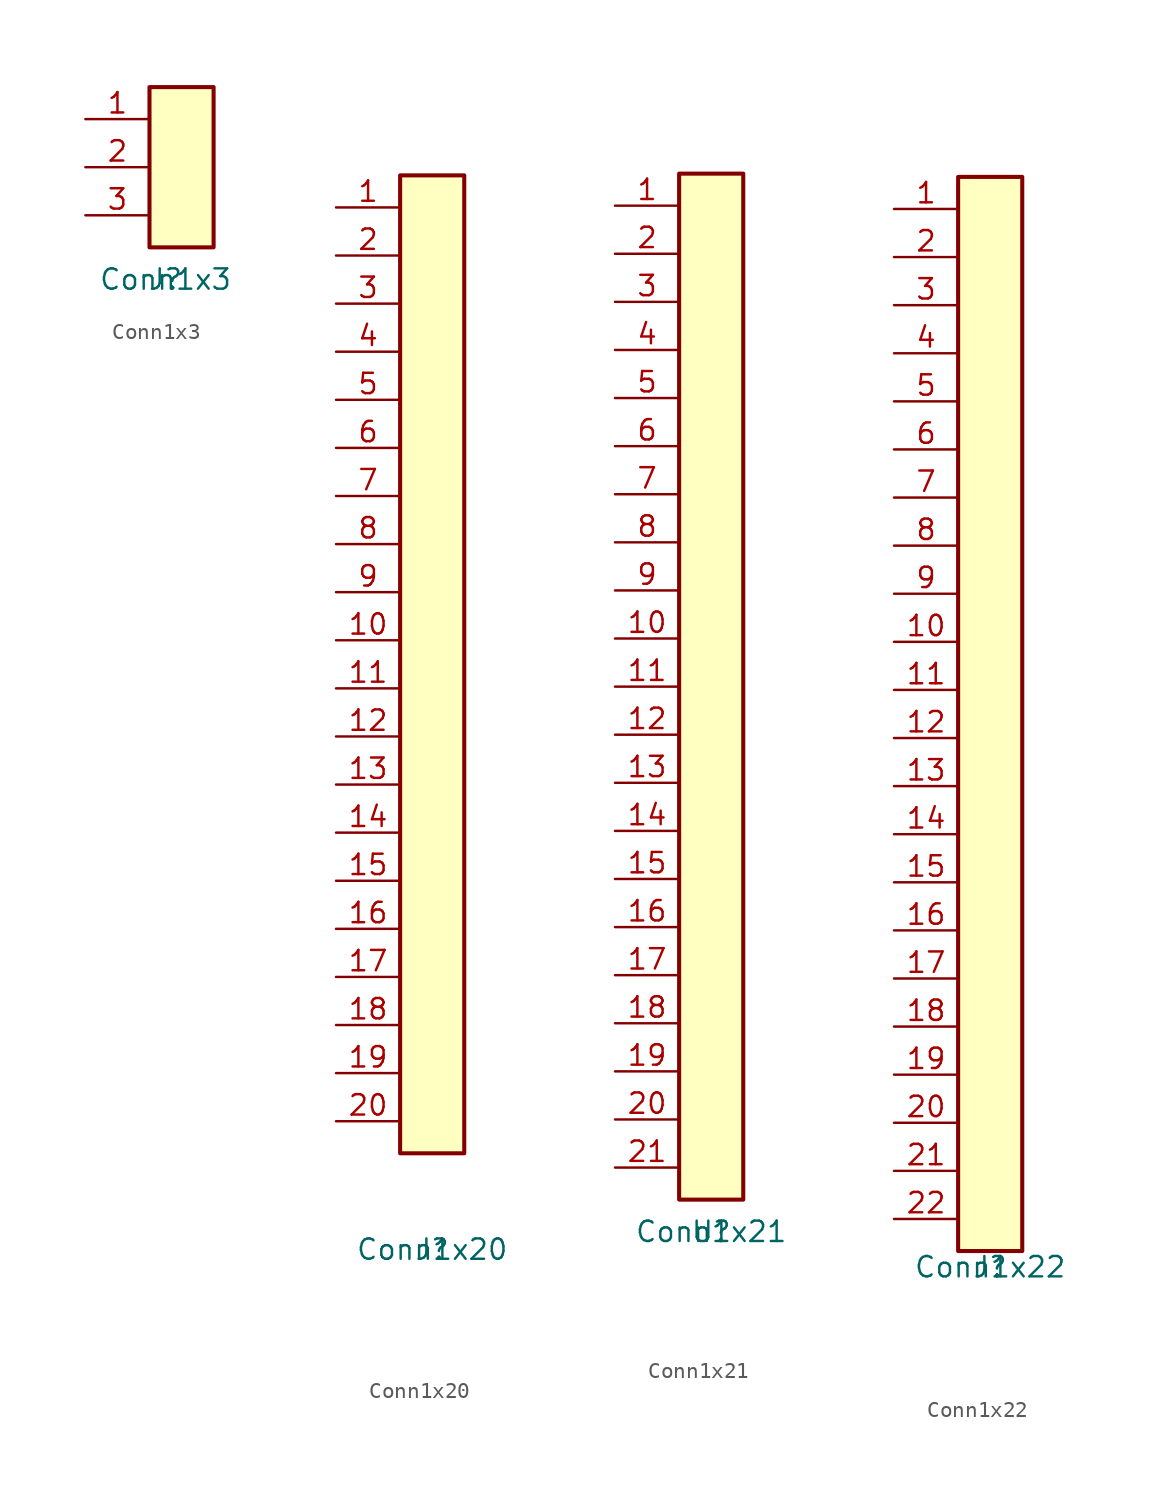
<source format=kicad_sym>
(kicad_symbol_lib
  (version 20211014)
  (generator kicad_symbol_editor)
  (symbol "Conn1x3"
    (pin_names hide)
    (property "Reference" "J"
      (at 0 0 0)
      (effects (font (size 1.27 1.27))))
    (property "Value" "Conn1x3"
      (at 0 0 0)
      (effects (font (size 1.27 1.27))))
    (symbol "Conn1x3_1_1"
      (rectangle (start -1 12) (end 3 2) (stroke (width 0.254) (type default) (color 0 0 0 0)) (fill (type background)))
      (pin passive line (at -5 10 0) (length 4) (name "Pin_1" (effects (font (size 1.27 1.27)))) (number "1" (effects (font (size 1.27 1.27)))))
      (pin passive line (at -5 7 0) (length 4) (name "Pin_2" (effects (font (size 1.27 1.27)))) (number "2" (effects (font (size 1.27 1.27)))))
      (pin passive line (at -5 4 0) (length 4) (name "Pin_3" (effects (font (size 1.27 1.27)))) (number "3" (effects (font (size 1.27 1.27)))))))
  (symbol "Conn1x20"
    (pin_names hide)
    (property "Reference" "J"
      (at 0 0 0)
      (effects (font (size 1.27 1.27))))
    (property "Value" "Conn1x20"
      (at 0 0 0)
      (effects (font (size 1.27 1.27))))
    (symbol "Conn1x20_1_1"
      (rectangle (start -2 67) (end 2 6) (stroke (width 0.254) (type default) (color 0 0 0 0)) (fill (type background)))
      (pin passive line (at -6 65 0) (length 4) (name "Pin_1" (effects (font (size 1.27 1.27)))) (number "1" (effects (font (size 1.27 1.27)))))
      (pin passive line (at -6 38 0) (length 4) (name "Pin_10" (effects (font (size 1.27 1.27)))) (number "10" (effects (font (size 1.27 1.27)))))
      (pin passive line (at -6 35 0) (length 4) (name "Pin_11" (effects (font (size 1.27 1.27)))) (number "11" (effects (font (size 1.27 1.27)))))
      (pin passive line (at -6 32 0) (length 4) (name "Pin_12" (effects (font (size 1.27 1.27)))) (number "12" (effects (font (size 1.27 1.27)))))
      (pin passive line (at -6 29 0) (length 4) (name "Pin_13" (effects (font (size 1.27 1.27)))) (number "13" (effects (font (size 1.27 1.27)))))
      (pin passive line (at -6 26 0) (length 4) (name "Pin_14" (effects (font (size 1.27 1.27)))) (number "14" (effects (font (size 1.27 1.27)))))
      (pin passive line (at -6 23 0) (length 4) (name "Pin_15" (effects (font (size 1.27 1.27)))) (number "15" (effects (font (size 1.27 1.27)))))
      (pin passive line (at -6 20 0) (length 4) (name "Pin_16" (effects (font (size 1.27 1.27)))) (number "16" (effects (font (size 1.27 1.27)))))
      (pin passive line (at -6 17 0) (length 4) (name "Pin_17" (effects (font (size 1.27 1.27)))) (number "17" (effects (font (size 1.27 1.27)))))
      (pin passive line (at -6 14 0) (length 4) (name "Pin_18" (effects (font (size 1.27 1.27)))) (number "18" (effects (font (size 1.27 1.27)))))
      (pin passive line (at -6 11 0) (length 4) (name "Pin_19" (effects (font (size 1.27 1.27)))) (number "19" (effects (font (size 1.27 1.27)))))
      (pin passive line (at -6 62 0) (length 4) (name "Pin_2" (effects (font (size 1.27 1.27)))) (number "2" (effects (font (size 1.27 1.27)))))
      (pin passive line (at -6 8 0) (length 4) (name "Pin_20" (effects (font (size 1.27 1.27)))) (number "20" (effects (font (size 1.27 1.27)))))
      (pin passive line (at -6 59 0) (length 4) (name "Pin_3" (effects (font (size 1.27 1.27)))) (number "3" (effects (font (size 1.27 1.27)))))
      (pin passive line (at -6 56 0) (length 4) (name "Pin_4" (effects (font (size 1.27 1.27)))) (number "4" (effects (font (size 1.27 1.27)))))
      (pin passive line (at -6 53 0) (length 4) (name "Pin_5" (effects (font (size 1.27 1.27)))) (number "5" (effects (font (size 1.27 1.27)))))
      (pin passive line (at -6 50 0) (length 4) (name "Pin_6" (effects (font (size 1.27 1.27)))) (number "6" (effects (font (size 1.27 1.27)))))
      (pin passive line (at -6 47 0) (length 4) (name "Pin_7" (effects (font (size 1.27 1.27)))) (number "7" (effects (font (size 1.27 1.27)))))
      (pin passive line (at -6 44 0) (length 4) (name "Pin_8" (effects (font (size 1.27 1.27)))) (number "8" (effects (font (size 1.27 1.27)))))
      (pin passive line (at -6 41 0) (length 4) (name "Pin_9" (effects (font (size 1.27 1.27)))) (number "9" (effects (font (size 1.27 1.27)))))))
  (symbol "Conn1x21"
    (pin_names hide)
    (property "Reference" "U"
      (at 0 0 0)
      (effects (font (size 1.27 1.27))))
    (property "Value" "Conn1x21"
      (at 0 0 0)
      (effects (font (size 1.27 1.27))))
    (symbol "Conn1x21_1_1"
      (rectangle (start -2 66) (end 2 2) (stroke (width 0.254) (type default) (color 0 0 0 0)) (fill (type background)))
      (pin passive line (at -6 64 0) (length 4) (name "Pin_1" (effects (font (size 1.27 1.27)))) (number "1" (effects (font (size 1.27 1.27)))))
      (pin passive line (at -6 37 0) (length 4) (name "Pin_10" (effects (font (size 1.27 1.27)))) (number "10" (effects (font (size 1.27 1.27)))))
      (pin passive line (at -6 34 0) (length 4) (name "Pin_11" (effects (font (size 1.27 1.27)))) (number "11" (effects (font (size 1.27 1.27)))))
      (pin passive line (at -6 31 0) (length 4) (name "Pin_12" (effects (font (size 1.27 1.27)))) (number "12" (effects (font (size 1.27 1.27)))))
      (pin passive line (at -6 28 0) (length 4) (name "Pin_13" (effects (font (size 1.27 1.27)))) (number "13" (effects (font (size 1.27 1.27)))))
      (pin passive line (at -6 25 0) (length 4) (name "Pin_14" (effects (font (size 1.27 1.27)))) (number "14" (effects (font (size 1.27 1.27)))))
      (pin passive line (at -6 22 0) (length 4) (name "Pin_15" (effects (font (size 1.27 1.27)))) (number "15" (effects (font (size 1.27 1.27)))))
      (pin passive line (at -6 19 0) (length 4) (name "Pin_16" (effects (font (size 1.27 1.27)))) (number "16" (effects (font (size 1.27 1.27)))))
      (pin passive line (at -6 16 0) (length 4) (name "Pin_17" (effects (font (size 1.27 1.27)))) (number "17" (effects (font (size 1.27 1.27)))))
      (pin passive line (at -6 13 0) (length 4) (name "Pin_18" (effects (font (size 1.27 1.27)))) (number "18" (effects (font (size 1.27 1.27)))))
      (pin passive line (at -6 10 0) (length 4) (name "Pin_19" (effects (font (size 1.27 1.27)))) (number "19" (effects (font (size 1.27 1.27)))))
      (pin passive line (at -6 61 0) (length 4) (name "Pin_2" (effects (font (size 1.27 1.27)))) (number "2" (effects (font (size 1.27 1.27)))))
      (pin passive line (at -6 7 0) (length 4) (name "Pin_20" (effects (font (size 1.27 1.27)))) (number "20" (effects (font (size 1.27 1.27)))))
      (pin passive line (at -6 4 0) (length 4) (name "Pin_21" (effects (font (size 1.27 1.27)))) (number "21" (effects (font (size 1.27 1.27)))))
      (pin passive line (at -6 58 0) (length 4) (name "Pin_3" (effects (font (size 1.27 1.27)))) (number "3" (effects (font (size 1.27 1.27)))))
      (pin passive line (at -6 55 0) (length 4) (name "Pin_4" (effects (font (size 1.27 1.27)))) (number "4" (effects (font (size 1.27 1.27)))))
      (pin passive line (at -6 52 0) (length 4) (name "Pin_5" (effects (font (size 1.27 1.27)))) (number "5" (effects (font (size 1.27 1.27)))))
      (pin passive line (at -6 49 0) (length 4) (name "Pin_6" (effects (font (size 1.27 1.27)))) (number "6" (effects (font (size 1.27 1.27)))))
      (pin passive line (at -6 46 0) (length 4) (name "Pin_7" (effects (font (size 1.27 1.27)))) (number "7" (effects (font (size 1.27 1.27)))))
      (pin passive line (at -6 43 0) (length 4) (name "Pin_8" (effects (font (size 1.27 1.27)))) (number "8" (effects (font (size 1.27 1.27)))))
      (pin passive line (at -6 40 0) (length 4) (name "Pin_9" (effects (font (size 1.27 1.27)))) (number "9" (effects (font (size 1.27 1.27)))))))
  (symbol "Conn1x22"
    (pin_names hide)
    (property "Reference" "J"
      (at 0 0 0)
      (effects (font (size 1.27 1.27))))
    (property "Value" "Conn1x22"
      (at 0 0 0)
      (effects (font (size 1.27 1.27))))
    (symbol "Conn1x22_1_1"
      (rectangle (start -2 68) (end 2 1) (stroke (width 0.254) (type default) (color 0 0 0 0)) (fill (type background)))
      (pin passive line (at -6 66 0) (length 4) (name "Pin_1" (effects (font (size 1.27 1.27)))) (number "1" (effects (font (size 1.27 1.27)))))
      (pin passive line (at -6 39 0) (length 4) (name "Pin_10" (effects (font (size 1.27 1.27)))) (number "10" (effects (font (size 1.27 1.27)))))
      (pin passive line (at -6 36 0) (length 4) (name "Pin_11" (effects (font (size 1.27 1.27)))) (number "11" (effects (font (size 1.27 1.27)))))
      (pin passive line (at -6 33 0) (length 4) (name "Pin_12" (effects (font (size 1.27 1.27)))) (number "12" (effects (font (size 1.27 1.27)))))
      (pin passive line (at -6 30 0) (length 4) (name "Pin_13" (effects (font (size 1.27 1.27)))) (number "13" (effects (font (size 1.27 1.27)))))
      (pin passive line (at -6 27 0) (length 4) (name "Pin_14" (effects (font (size 1.27 1.27)))) (number "14" (effects (font (size 1.27 1.27)))))
      (pin passive line (at -6 24 0) (length 4) (name "Pin_15" (effects (font (size 1.27 1.27)))) (number "15" (effects (font (size 1.27 1.27)))))
      (pin passive line (at -6 21 0) (length 4) (name "Pin_16" (effects (font (size 1.27 1.27)))) (number "16" (effects (font (size 1.27 1.27)))))
      (pin passive line (at -6 18 0) (length 4) (name "Pin_17" (effects (font (size 1.27 1.27)))) (number "17" (effects (font (size 1.27 1.27)))))
      (pin passive line (at -6 15 0) (length 4) (name "Pin_18" (effects (font (size 1.27 1.27)))) (number "18" (effects (font (size 1.27 1.27)))))
      (pin passive line (at -6 12 0) (length 4) (name "Pin_19" (effects (font (size 1.27 1.27)))) (number "19" (effects (font (size 1.27 1.27)))))
      (pin passive line (at -6 63 0) (length 4) (name "Pin_2" (effects (font (size 1.27 1.27)))) (number "2" (effects (font (size 1.27 1.27)))))
      (pin passive line (at -6 9 0) (length 4) (name "Pin_20" (effects (font (size 1.27 1.27)))) (number "20" (effects (font (size 1.27 1.27)))))
      (pin passive line (at -6 6 0) (length 4) (name "Pin_21" (effects (font (size 1.27 1.27)))) (number "21" (effects (font (size 1.27 1.27)))))
      (pin passive line (at -6 3 0) (length 4) (name "Pin_22" (effects (font (size 1.27 1.27)))) (number "22" (effects (font (size 1.27 1.27)))))
      (pin passive line (at -6 60 0) (length 4) (name "Pin_3" (effects (font (size 1.27 1.27)))) (number "3" (effects (font (size 1.27 1.27)))))
      (pin passive line (at -6 57 0) (length 4) (name "Pin_4" (effects (font (size 1.27 1.27)))) (number "4" (effects (font (size 1.27 1.27)))))
      (pin passive line (at -6 54 0) (length 4) (name "Pin_5" (effects (font (size 1.27 1.27)))) (number "5" (effects (font (size 1.27 1.27)))))
      (pin passive line (at -6 51 0) (length 4) (name "Pin_6" (effects (font (size 1.27 1.27)))) (number "6" (effects (font (size 1.27 1.27)))))
      (pin passive line (at -6 48 0) (length 4) (name "Pin_7" (effects (font (size 1.27 1.27)))) (number "7" (effects (font (size 1.27 1.27)))))
      (pin passive line (at -6 45 0) (length 4) (name "Pin_8" (effects (font (size 1.27 1.27)))) (number "8" (effects (font (size 1.27 1.27)))))
      (pin passive line (at -6 42 0) (length 4) (name "Pin_9" (effects (font (size 1.27 1.27)))) (number "9" (effects (font (size 1.27 1.27))))))))
</source>
